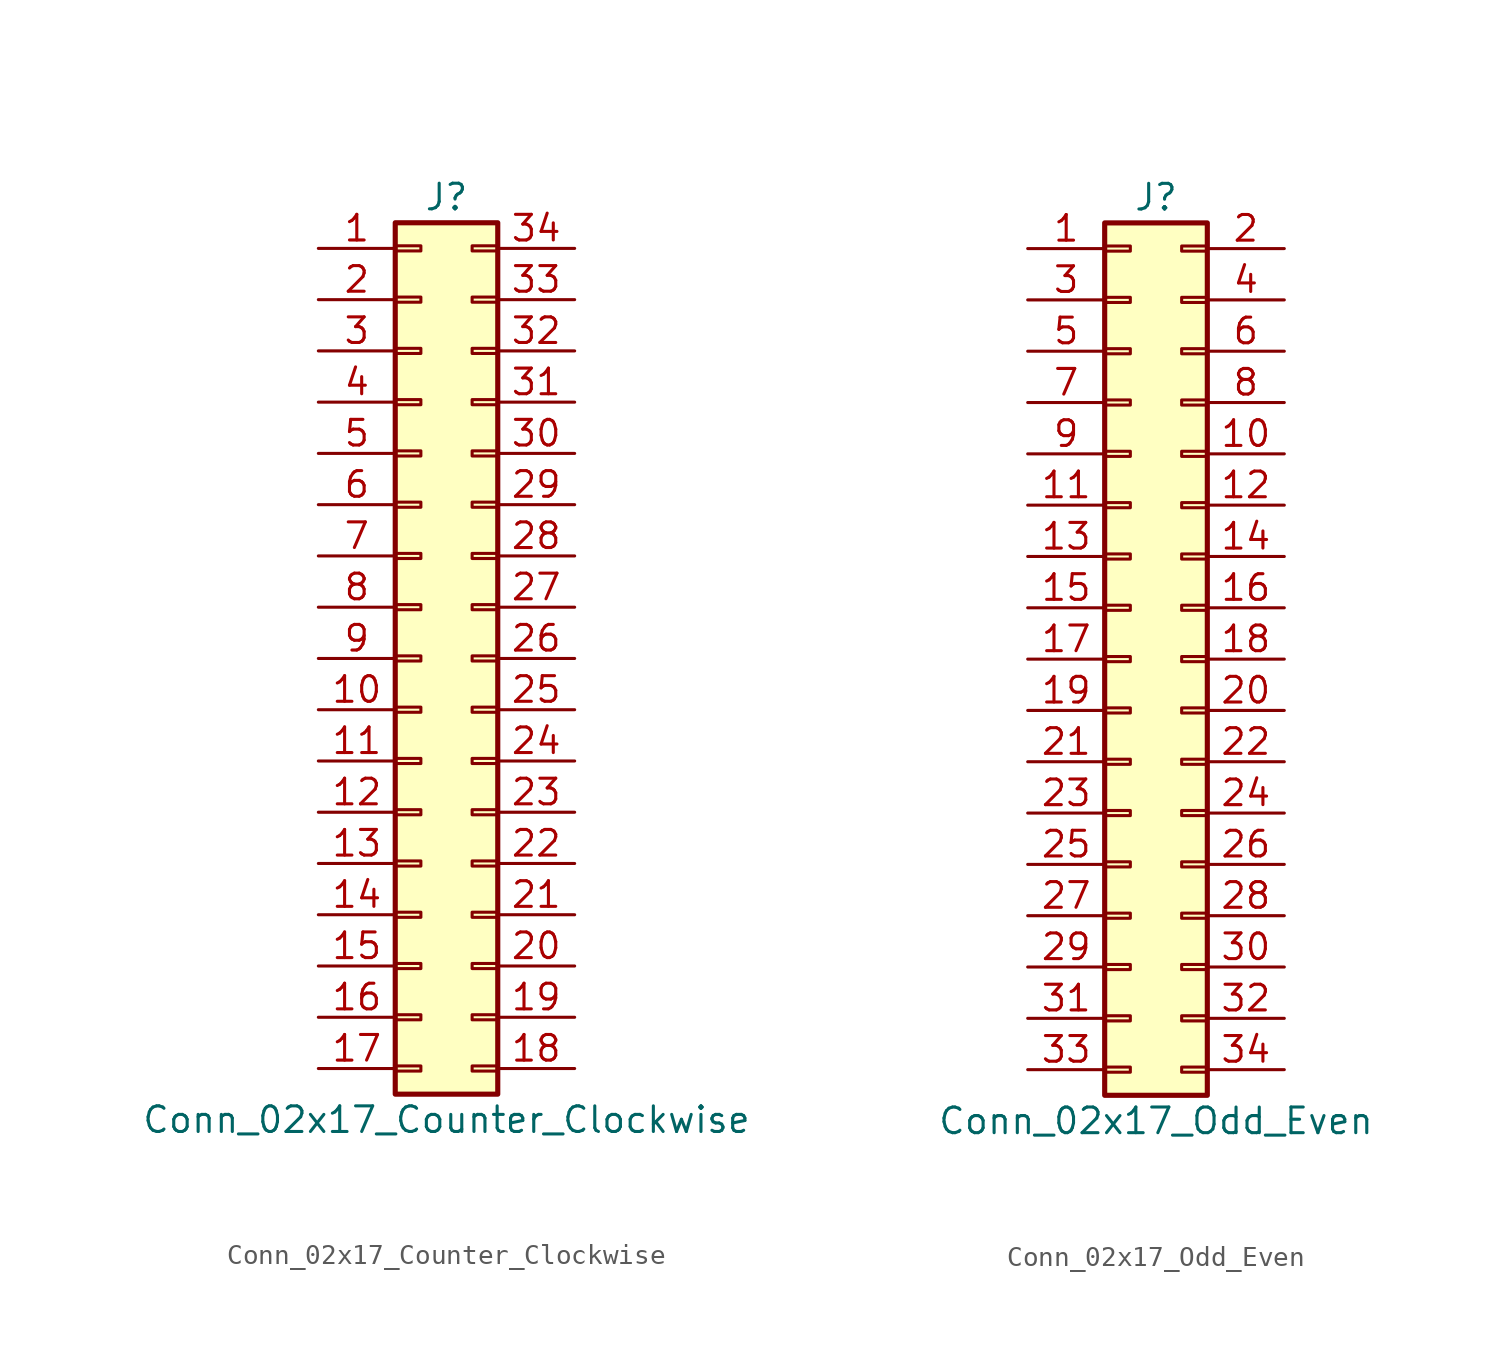
<source format=kicad_sym>
(kicad_symbol_lib
  (version 20201005)
  (generator kicad_symbol_editor)
  (symbol "Conn_02x17_Counter_Clockwise"
    (pin_names
      (offset 1.016) hide)
    (property "Reference" "J"
      (at 1.27 22.86 0)
      (effects (font (size 1.27 1.27))))
    (property "Value" "Conn_02x17_Counter_Clockwise"
      (at 1.27 -22.86 0)
      (effects (font (size 1.27 1.27))))
    (symbol "Conn_02x17_Counter_Clockwise_1_1"
      (rectangle (start -1.27 -20.193) (end 0 -20.447) (stroke (width 0.152)) (fill (type none)))
      (rectangle (start -1.27 -17.653) (end 0 -17.907) (stroke (width 0.152)) (fill (type none)))
      (rectangle (start -1.27 -15.113) (end 0 -15.367) (stroke (width 0.152)) (fill (type none)))
      (rectangle (start -1.27 -12.573) (end 0 -12.827) (stroke (width 0.152)) (fill (type none)))
      (rectangle (start -1.27 -10.033) (end 0 -10.287) (stroke (width 0.152)) (fill (type none)))
      (rectangle (start -1.27 -7.493) (end 0 -7.747) (stroke (width 0.152)) (fill (type none)))
      (rectangle (start -1.27 -4.953) (end 0 -5.207) (stroke (width 0.152)) (fill (type none)))
      (rectangle (start -1.27 -2.413) (end 0 -2.667) (stroke (width 0.152)) (fill (type none)))
      (rectangle (start -1.27 0.127) (end 0 -0.127) (stroke (width 0.152)) (fill (type none)))
      (rectangle (start -1.27 2.667) (end 0 2.413) (stroke (width 0.152)) (fill (type none)))
      (rectangle (start -1.27 5.207) (end 0 4.953) (stroke (width 0.152)) (fill (type none)))
      (rectangle (start -1.27 7.747) (end 0 7.493) (stroke (width 0.152)) (fill (type none)))
      (rectangle (start -1.27 10.287) (end 0 10.033) (stroke (width 0.152)) (fill (type none)))
      (rectangle (start -1.27 12.827) (end 0 12.573) (stroke (width 0.152)) (fill (type none)))
      (rectangle (start -1.27 15.367) (end 0 15.113) (stroke (width 0.152)) (fill (type none)))
      (rectangle (start -1.27 17.907) (end 0 17.653) (stroke (width 0.152)) (fill (type none)))
      (rectangle (start -1.27 20.447) (end 0 20.193) (stroke (width 0.152)) (fill (type none)))
      (rectangle (start 3.81 -20.193) (end 2.54 -20.447) (stroke (width 0.152)) (fill (type none)))
      (rectangle (start 3.81 -17.653) (end 2.54 -17.907) (stroke (width 0.152)) (fill (type none)))
      (rectangle (start 3.81 -15.113) (end 2.54 -15.367) (stroke (width 0.152)) (fill (type none)))
      (rectangle (start 3.81 -12.573) (end 2.54 -12.827) (stroke (width 0.152)) (fill (type none)))
      (rectangle (start 3.81 -10.033) (end 2.54 -10.287) (stroke (width 0.152)) (fill (type none)))
      (rectangle (start 3.81 -7.493) (end 2.54 -7.747) (stroke (width 0.152)) (fill (type none)))
      (rectangle (start 3.81 -4.953) (end 2.54 -5.207) (stroke (width 0.152)) (fill (type none)))
      (rectangle (start 3.81 -2.413) (end 2.54 -2.667) (stroke (width 0.152)) (fill (type none)))
      (rectangle (start 3.81 0.127) (end 2.54 -0.127) (stroke (width 0.152)) (fill (type none)))
      (rectangle (start 3.81 2.667) (end 2.54 2.413) (stroke (width 0.152)) (fill (type none)))
      (rectangle (start 3.81 5.207) (end 2.54 4.953) (stroke (width 0.152)) (fill (type none)))
      (rectangle (start 3.81 7.747) (end 2.54 7.493) (stroke (width 0.152)) (fill (type none)))
      (rectangle (start 3.81 10.287) (end 2.54 10.033) (stroke (width 0.152)) (fill (type none)))
      (rectangle (start 3.81 12.827) (end 2.54 12.573) (stroke (width 0.152)) (fill (type none)))
      (rectangle (start 3.81 15.367) (end 2.54 15.113) (stroke (width 0.152)) (fill (type none)))
      (rectangle (start 3.81 17.907) (end 2.54 17.653) (stroke (width 0.152)) (fill (type none)))
      (rectangle (start 3.81 20.447) (end 2.54 20.193) (stroke (width 0.152)) (fill (type none)))
      (rectangle (start -1.27 21.59) (end 3.81 -21.59) (stroke (width 0.254)) (fill (type background)))
      (pin passive line (at -5.08 20.32 0) (length 3.81) (name "Pin_1" (effects (font (size 1.27 1.27)))) (number "1" (effects (font (size 1.27 1.27)))))
      (pin passive line (at -5.08 -2.54 0) (length 3.81) (name "Pin_10" (effects (font (size 1.27 1.27)))) (number "10" (effects (font (size 1.27 1.27)))))
      (pin passive line (at -5.08 -5.08 0) (length 3.81) (name "Pin_11" (effects (font (size 1.27 1.27)))) (number "11" (effects (font (size 1.27 1.27)))))
      (pin passive line (at -5.08 -7.62 0) (length 3.81) (name "Pin_12" (effects (font (size 1.27 1.27)))) (number "12" (effects (font (size 1.27 1.27)))))
      (pin passive line (at -5.08 -10.16 0) (length 3.81) (name "Pin_13" (effects (font (size 1.27 1.27)))) (number "13" (effects (font (size 1.27 1.27)))))
      (pin passive line (at -5.08 -12.7 0) (length 3.81) (name "Pin_14" (effects (font (size 1.27 1.27)))) (number "14" (effects (font (size 1.27 1.27)))))
      (pin passive line (at -5.08 -15.24 0) (length 3.81) (name "Pin_15" (effects (font (size 1.27 1.27)))) (number "15" (effects (font (size 1.27 1.27)))))
      (pin passive line (at -5.08 -17.78 0) (length 3.81) (name "Pin_16" (effects (font (size 1.27 1.27)))) (number "16" (effects (font (size 1.27 1.27)))))
      (pin passive line (at -5.08 -20.32 0) (length 3.81) (name "Pin_17" (effects (font (size 1.27 1.27)))) (number "17" (effects (font (size 1.27 1.27)))))
      (pin passive line (at 7.62 -20.32 180) (length 3.81) (name "Pin_18" (effects (font (size 1.27 1.27)))) (number "18" (effects (font (size 1.27 1.27)))))
      (pin passive line (at 7.62 -17.78 180) (length 3.81) (name "Pin_19" (effects (font (size 1.27 1.27)))) (number "19" (effects (font (size 1.27 1.27)))))
      (pin passive line (at -5.08 17.78 0) (length 3.81) (name "Pin_2" (effects (font (size 1.27 1.27)))) (number "2" (effects (font (size 1.27 1.27)))))
      (pin passive line (at 7.62 -15.24 180) (length 3.81) (name "Pin_20" (effects (font (size 1.27 1.27)))) (number "20" (effects (font (size 1.27 1.27)))))
      (pin passive line (at 7.62 -12.7 180) (length 3.81) (name "Pin_21" (effects (font (size 1.27 1.27)))) (number "21" (effects (font (size 1.27 1.27)))))
      (pin passive line (at 7.62 -10.16 180) (length 3.81) (name "Pin_22" (effects (font (size 1.27 1.27)))) (number "22" (effects (font (size 1.27 1.27)))))
      (pin passive line (at 7.62 -7.62 180) (length 3.81) (name "Pin_23" (effects (font (size 1.27 1.27)))) (number "23" (effects (font (size 1.27 1.27)))))
      (pin passive line (at 7.62 -5.08 180) (length 3.81) (name "Pin_24" (effects (font (size 1.27 1.27)))) (number "24" (effects (font (size 1.27 1.27)))))
      (pin passive line (at 7.62 -2.54 180) (length 3.81) (name "Pin_25" (effects (font (size 1.27 1.27)))) (number "25" (effects (font (size 1.27 1.27)))))
      (pin passive line (at 7.62 0 180) (length 3.81) (name "Pin_26" (effects (font (size 1.27 1.27)))) (number "26" (effects (font (size 1.27 1.27)))))
      (pin passive line (at 7.62 2.54 180) (length 3.81) (name "Pin_27" (effects (font (size 1.27 1.27)))) (number "27" (effects (font (size 1.27 1.27)))))
      (pin passive line (at 7.62 5.08 180) (length 3.81) (name "Pin_28" (effects (font (size 1.27 1.27)))) (number "28" (effects (font (size 1.27 1.27)))))
      (pin passive line (at 7.62 7.62 180) (length 3.81) (name "Pin_29" (effects (font (size 1.27 1.27)))) (number "29" (effects (font (size 1.27 1.27)))))
      (pin passive line (at -5.08 15.24 0) (length 3.81) (name "Pin_3" (effects (font (size 1.27 1.27)))) (number "3" (effects (font (size 1.27 1.27)))))
      (pin passive line (at 7.62 10.16 180) (length 3.81) (name "Pin_30" (effects (font (size 1.27 1.27)))) (number "30" (effects (font (size 1.27 1.27)))))
      (pin passive line (at 7.62 12.7 180) (length 3.81) (name "Pin_31" (effects (font (size 1.27 1.27)))) (number "31" (effects (font (size 1.27 1.27)))))
      (pin passive line (at 7.62 15.24 180) (length 3.81) (name "Pin_32" (effects (font (size 1.27 1.27)))) (number "32" (effects (font (size 1.27 1.27)))))
      (pin passive line (at 7.62 17.78 180) (length 3.81) (name "Pin_33" (effects (font (size 1.27 1.27)))) (number "33" (effects (font (size 1.27 1.27)))))
      (pin passive line (at 7.62 20.32 180) (length 3.81) (name "Pin_34" (effects (font (size 1.27 1.27)))) (number "34" (effects (font (size 1.27 1.27)))))
      (pin passive line (at -5.08 12.7 0) (length 3.81) (name "Pin_4" (effects (font (size 1.27 1.27)))) (number "4" (effects (font (size 1.27 1.27)))))
      (pin passive line (at -5.08 10.16 0) (length 3.81) (name "Pin_5" (effects (font (size 1.27 1.27)))) (number "5" (effects (font (size 1.27 1.27)))))
      (pin passive line (at -5.08 7.62 0) (length 3.81) (name "Pin_6" (effects (font (size 1.27 1.27)))) (number "6" (effects (font (size 1.27 1.27)))))
      (pin passive line (at -5.08 5.08 0) (length 3.81) (name "Pin_7" (effects (font (size 1.27 1.27)))) (number "7" (effects (font (size 1.27 1.27)))))
      (pin passive line (at -5.08 2.54 0) (length 3.81) (name "Pin_8" (effects (font (size 1.27 1.27)))) (number "8" (effects (font (size 1.27 1.27)))))
      (pin passive line (at -5.08 0 0) (length 3.81) (name "Pin_9" (effects (font (size 1.27 1.27)))) (number "9" (effects (font (size 1.27 1.27)))))))
  (symbol "Conn_02x17_Odd_Even"
    (pin_names
      (offset 1.016) hide)
    (property "Reference" "J"
      (at 1.27 22.86 0)
      (effects (font (size 1.27 1.27))))
    (property "Value" "Conn_02x17_Odd_Even"
      (at 1.27 -22.86 0)
      (effects (font (size 1.27 1.27))))
    (symbol "Conn_02x17_Odd_Even_1_1"
      (rectangle (start -1.27 -20.193) (end 0 -20.447) (stroke (width 0.152)) (fill (type none)))
      (rectangle (start -1.27 -17.653) (end 0 -17.907) (stroke (width 0.152)) (fill (type none)))
      (rectangle (start -1.27 -15.113) (end 0 -15.367) (stroke (width 0.152)) (fill (type none)))
      (rectangle (start -1.27 -12.573) (end 0 -12.827) (stroke (width 0.152)) (fill (type none)))
      (rectangle (start -1.27 -10.033) (end 0 -10.287) (stroke (width 0.152)) (fill (type none)))
      (rectangle (start -1.27 -7.493) (end 0 -7.747) (stroke (width 0.152)) (fill (type none)))
      (rectangle (start -1.27 -4.953) (end 0 -5.207) (stroke (width 0.152)) (fill (type none)))
      (rectangle (start -1.27 -2.413) (end 0 -2.667) (stroke (width 0.152)) (fill (type none)))
      (rectangle (start -1.27 0.127) (end 0 -0.127) (stroke (width 0.152)) (fill (type none)))
      (rectangle (start -1.27 2.667) (end 0 2.413) (stroke (width 0.152)) (fill (type none)))
      (rectangle (start -1.27 5.207) (end 0 4.953) (stroke (width 0.152)) (fill (type none)))
      (rectangle (start -1.27 7.747) (end 0 7.493) (stroke (width 0.152)) (fill (type none)))
      (rectangle (start -1.27 10.287) (end 0 10.033) (stroke (width 0.152)) (fill (type none)))
      (rectangle (start -1.27 12.827) (end 0 12.573) (stroke (width 0.152)) (fill (type none)))
      (rectangle (start -1.27 15.367) (end 0 15.113) (stroke (width 0.152)) (fill (type none)))
      (rectangle (start -1.27 17.907) (end 0 17.653) (stroke (width 0.152)) (fill (type none)))
      (rectangle (start -1.27 20.447) (end 0 20.193) (stroke (width 0.152)) (fill (type none)))
      (rectangle (start 3.81 -20.193) (end 2.54 -20.447) (stroke (width 0.152)) (fill (type none)))
      (rectangle (start 3.81 -17.653) (end 2.54 -17.907) (stroke (width 0.152)) (fill (type none)))
      (rectangle (start 3.81 -15.113) (end 2.54 -15.367) (stroke (width 0.152)) (fill (type none)))
      (rectangle (start 3.81 -12.573) (end 2.54 -12.827) (stroke (width 0.152)) (fill (type none)))
      (rectangle (start 3.81 -10.033) (end 2.54 -10.287) (stroke (width 0.152)) (fill (type none)))
      (rectangle (start 3.81 -7.493) (end 2.54 -7.747) (stroke (width 0.152)) (fill (type none)))
      (rectangle (start 3.81 -4.953) (end 2.54 -5.207) (stroke (width 0.152)) (fill (type none)))
      (rectangle (start 3.81 -2.413) (end 2.54 -2.667) (stroke (width 0.152)) (fill (type none)))
      (rectangle (start 3.81 0.127) (end 2.54 -0.127) (stroke (width 0.152)) (fill (type none)))
      (rectangle (start 3.81 2.667) (end 2.54 2.413) (stroke (width 0.152)) (fill (type none)))
      (rectangle (start 3.81 5.207) (end 2.54 4.953) (stroke (width 0.152)) (fill (type none)))
      (rectangle (start 3.81 7.747) (end 2.54 7.493) (stroke (width 0.152)) (fill (type none)))
      (rectangle (start 3.81 10.287) (end 2.54 10.033) (stroke (width 0.152)) (fill (type none)))
      (rectangle (start 3.81 12.827) (end 2.54 12.573) (stroke (width 0.152)) (fill (type none)))
      (rectangle (start 3.81 15.367) (end 2.54 15.113) (stroke (width 0.152)) (fill (type none)))
      (rectangle (start 3.81 17.907) (end 2.54 17.653) (stroke (width 0.152)) (fill (type none)))
      (rectangle (start 3.81 20.447) (end 2.54 20.193) (stroke (width 0.152)) (fill (type none)))
      (rectangle (start -1.27 21.59) (end 3.81 -21.59) (stroke (width 0.254)) (fill (type background)))
      (pin passive line (at -5.08 20.32 0) (length 3.81) (name "Pin_1" (effects (font (size 1.27 1.27)))) (number "1" (effects (font (size 1.27 1.27)))))
      (pin passive line (at 7.62 10.16 180) (length 3.81) (name "Pin_10" (effects (font (size 1.27 1.27)))) (number "10" (effects (font (size 1.27 1.27)))))
      (pin passive line (at -5.08 7.62 0) (length 3.81) (name "Pin_11" (effects (font (size 1.27 1.27)))) (number "11" (effects (font (size 1.27 1.27)))))
      (pin passive line (at 7.62 7.62 180) (length 3.81) (name "Pin_12" (effects (font (size 1.27 1.27)))) (number "12" (effects (font (size 1.27 1.27)))))
      (pin passive line (at -5.08 5.08 0) (length 3.81) (name "Pin_13" (effects (font (size 1.27 1.27)))) (number "13" (effects (font (size 1.27 1.27)))))
      (pin passive line (at 7.62 5.08 180) (length 3.81) (name "Pin_14" (effects (font (size 1.27 1.27)))) (number "14" (effects (font (size 1.27 1.27)))))
      (pin passive line (at -5.08 2.54 0) (length 3.81) (name "Pin_15" (effects (font (size 1.27 1.27)))) (number "15" (effects (font (size 1.27 1.27)))))
      (pin passive line (at 7.62 2.54 180) (length 3.81) (name "Pin_16" (effects (font (size 1.27 1.27)))) (number "16" (effects (font (size 1.27 1.27)))))
      (pin passive line (at -5.08 0 0) (length 3.81) (name "Pin_17" (effects (font (size 1.27 1.27)))) (number "17" (effects (font (size 1.27 1.27)))))
      (pin passive line (at 7.62 0 180) (length 3.81) (name "Pin_18" (effects (font (size 1.27 1.27)))) (number "18" (effects (font (size 1.27 1.27)))))
      (pin passive line (at -5.08 -2.54 0) (length 3.81) (name "Pin_19" (effects (font (size 1.27 1.27)))) (number "19" (effects (font (size 1.27 1.27)))))
      (pin passive line (at 7.62 20.32 180) (length 3.81) (name "Pin_2" (effects (font (size 1.27 1.27)))) (number "2" (effects (font (size 1.27 1.27)))))
      (pin passive line (at 7.62 -2.54 180) (length 3.81) (name "Pin_20" (effects (font (size 1.27 1.27)))) (number "20" (effects (font (size 1.27 1.27)))))
      (pin passive line (at -5.08 -5.08 0) (length 3.81) (name "Pin_21" (effects (font (size 1.27 1.27)))) (number "21" (effects (font (size 1.27 1.27)))))
      (pin passive line (at 7.62 -5.08 180) (length 3.81) (name "Pin_22" (effects (font (size 1.27 1.27)))) (number "22" (effects (font (size 1.27 1.27)))))
      (pin passive line (at -5.08 -7.62 0) (length 3.81) (name "Pin_23" (effects (font (size 1.27 1.27)))) (number "23" (effects (font (size 1.27 1.27)))))
      (pin passive line (at 7.62 -7.62 180) (length 3.81) (name "Pin_24" (effects (font (size 1.27 1.27)))) (number "24" (effects (font (size 1.27 1.27)))))
      (pin passive line (at -5.08 -10.16 0) (length 3.81) (name "Pin_25" (effects (font (size 1.27 1.27)))) (number "25" (effects (font (size 1.27 1.27)))))
      (pin passive line (at 7.62 -10.16 180) (length 3.81) (name "Pin_26" (effects (font (size 1.27 1.27)))) (number "26" (effects (font (size 1.27 1.27)))))
      (pin passive line (at -5.08 -12.7 0) (length 3.81) (name "Pin_27" (effects (font (size 1.27 1.27)))) (number "27" (effects (font (size 1.27 1.27)))))
      (pin passive line (at 7.62 -12.7 180) (length 3.81) (name "Pin_28" (effects (font (size 1.27 1.27)))) (number "28" (effects (font (size 1.27 1.27)))))
      (pin passive line (at -5.08 -15.24 0) (length 3.81) (name "Pin_29" (effects (font (size 1.27 1.27)))) (number "29" (effects (font (size 1.27 1.27)))))
      (pin passive line (at -5.08 17.78 0) (length 3.81) (name "Pin_3" (effects (font (size 1.27 1.27)))) (number "3" (effects (font (size 1.27 1.27)))))
      (pin passive line (at 7.62 -15.24 180) (length 3.81) (name "Pin_30" (effects (font (size 1.27 1.27)))) (number "30" (effects (font (size 1.27 1.27)))))
      (pin passive line (at -5.08 -17.78 0) (length 3.81) (name "Pin_31" (effects (font (size 1.27 1.27)))) (number "31" (effects (font (size 1.27 1.27)))))
      (pin passive line (at 7.62 -17.78 180) (length 3.81) (name "Pin_32" (effects (font (size 1.27 1.27)))) (number "32" (effects (font (size 1.27 1.27)))))
      (pin passive line (at -5.08 -20.32 0) (length 3.81) (name "Pin_33" (effects (font (size 1.27 1.27)))) (number "33" (effects (font (size 1.27 1.27)))))
      (pin passive line (at 7.62 -20.32 180) (length 3.81) (name "Pin_34" (effects (font (size 1.27 1.27)))) (number "34" (effects (font (size 1.27 1.27)))))
      (pin passive line (at 7.62 17.78 180) (length 3.81) (name "Pin_4" (effects (font (size 1.27 1.27)))) (number "4" (effects (font (size 1.27 1.27)))))
      (pin passive line (at -5.08 15.24 0) (length 3.81) (name "Pin_5" (effects (font (size 1.27 1.27)))) (number "5" (effects (font (size 1.27 1.27)))))
      (pin passive line (at 7.62 15.24 180) (length 3.81) (name "Pin_6" (effects (font (size 1.27 1.27)))) (number "6" (effects (font (size 1.27 1.27)))))
      (pin passive line (at -5.08 12.7 0) (length 3.81) (name "Pin_7" (effects (font (size 1.27 1.27)))) (number "7" (effects (font (size 1.27 1.27)))))
      (pin passive line (at 7.62 12.7 180) (length 3.81) (name "Pin_8" (effects (font (size 1.27 1.27)))) (number "8" (effects (font (size 1.27 1.27)))))
      (pin passive line (at -5.08 10.16 0) (length 3.81) (name "Pin_9" (effects (font (size 1.27 1.27)))) (number "9" (effects (font (size 1.27 1.27))))))))
</source>
